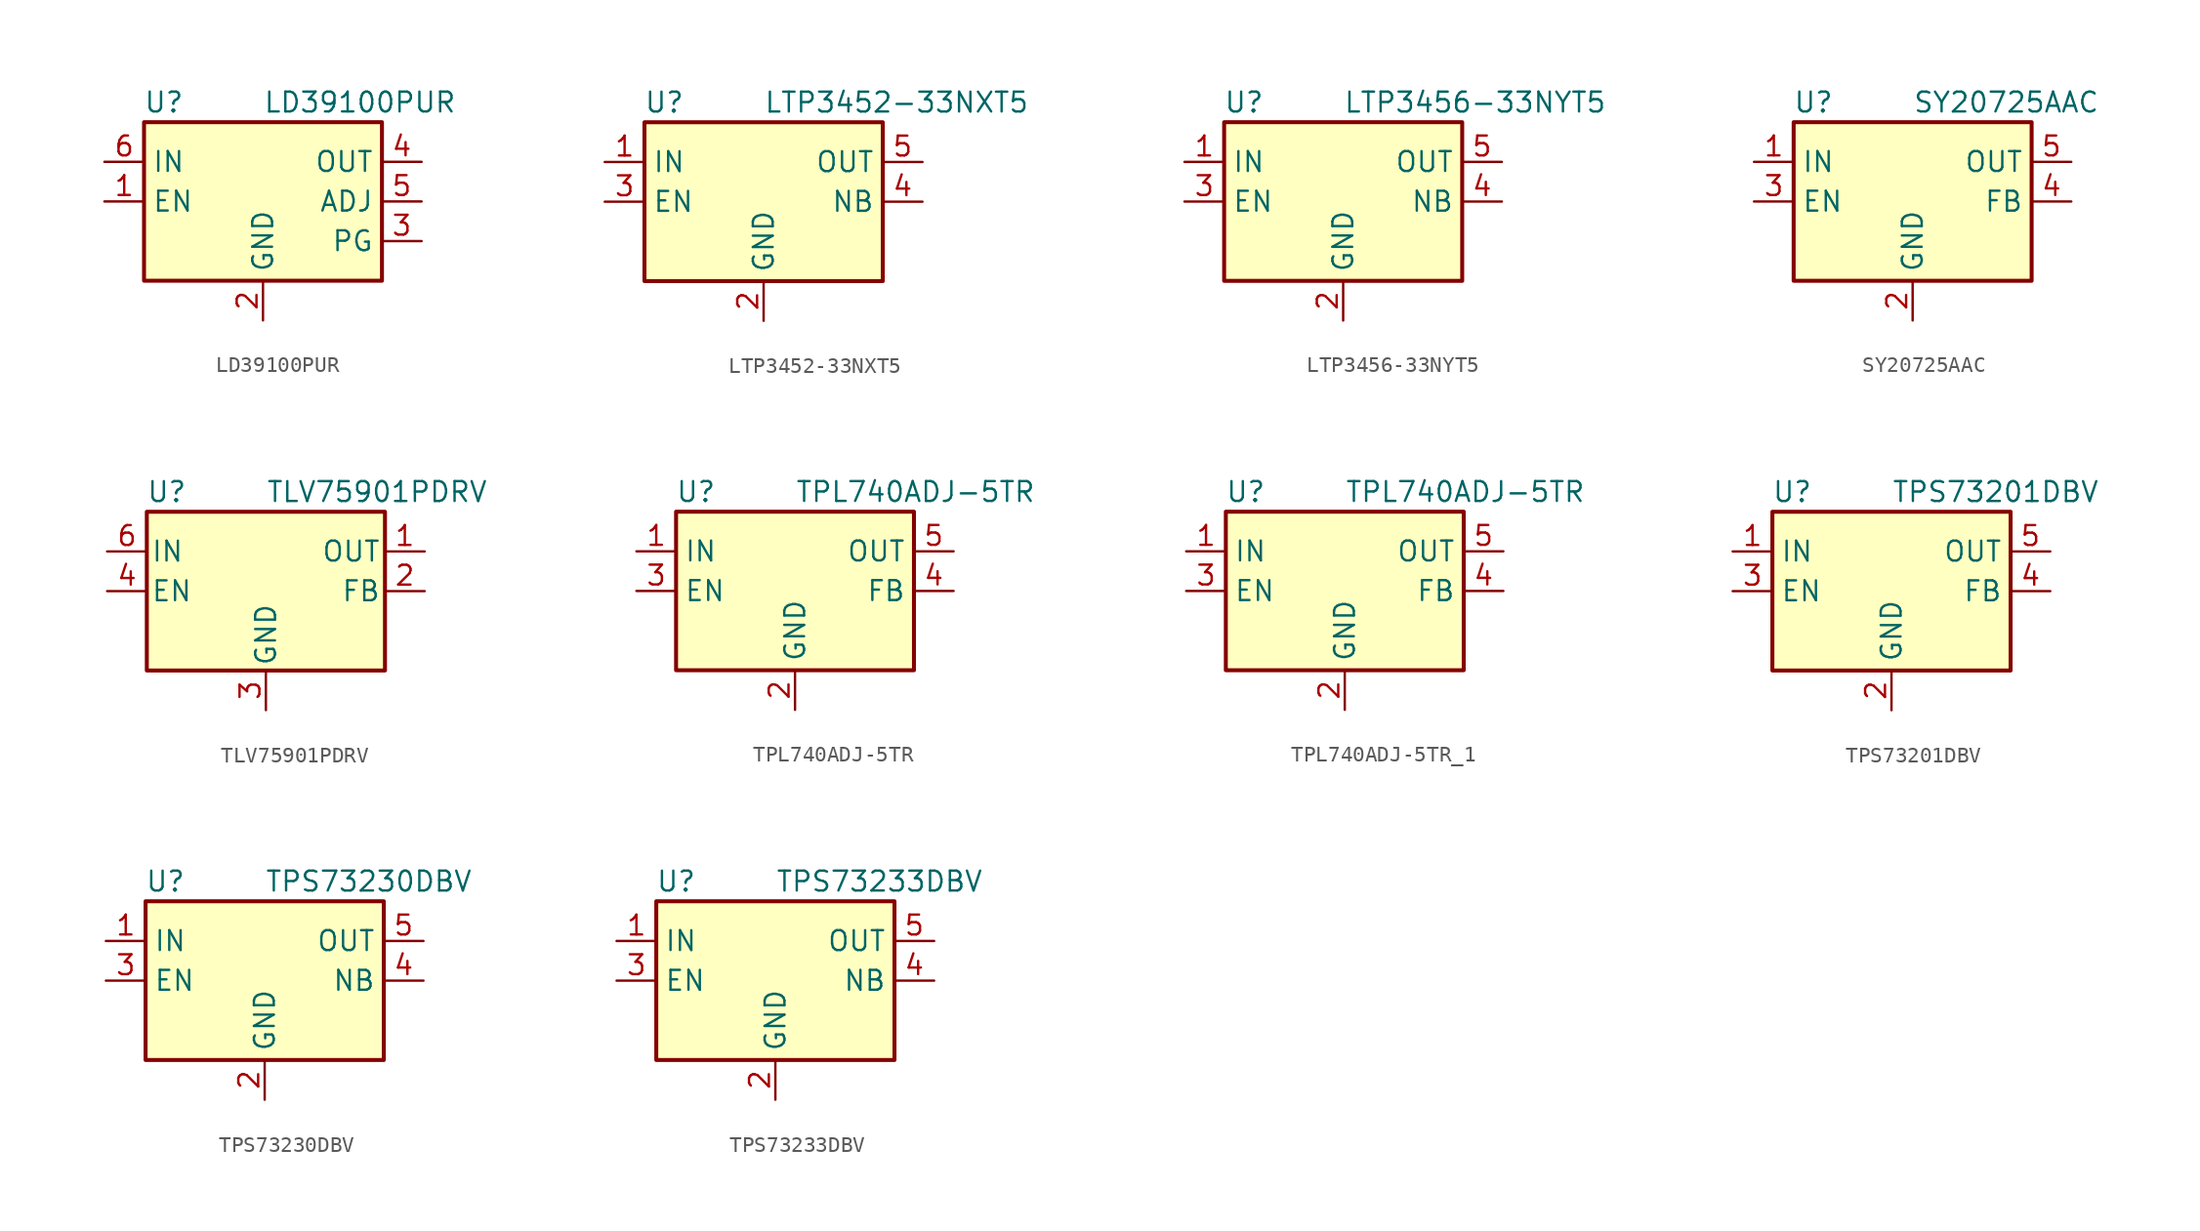
<source format=kicad_sym>
(kicad_symbol_lib
  (version 20220914)
  (generator kicad_symbol_editor)
  (symbol "LD39100PUR"
    (property "Reference" "U"
      (at -6.35 6.35 0)
      (effects (font (size 1.27 1.27))))
    (property "Value" "LD39100PUR"
      (at 0 6.35 0)
      (effects (font (size 1.27 1.27)) (justify left)))
    (symbol "LD39100PUR_0_1"
      (rectangle (start -7.62 -5.08) (end 7.62 5.08) (stroke (width 0.254) (type default)) (fill (type background))))
    (symbol "LD39100PUR_1_1"
      (pin input line (at -10.16 0 0) (length 2.54) (name "EN" (effects (font (size 1.27 1.27)))) (number "1" (effects (font (size 1.27 1.27)))))
      (pin power_in line (at 0 -7.62 90) (length 2.54) (name "GND" (effects (font (size 1.27 1.27)))) (number "2" (effects (font (size 1.27 1.27)))))
      (pin output line (at 10.16 -2.54 180) (length 2.54) (name "PG" (effects (font (size 1.27 1.27)))) (number "3" (effects (font (size 1.27 1.27)))))
      (pin power_out line (at 10.16 2.54 180) (length 2.54) (name "OUT" (effects (font (size 1.27 1.27)))) (number "4" (effects (font (size 1.27 1.27)))))
      (pin input line (at 10.16 0 180) (length 2.54) (name "ADJ" (effects (font (size 1.27 1.27)))) (number "5" (effects (font (size 1.27 1.27)))))
      (pin power_in line (at -10.16 2.54 0) (length 2.54) (name "IN" (effects (font (size 1.27 1.27)))) (number "6" (effects (font (size 1.27 1.27)))))
      (pin passive line (at 0 -7.62 90) (length 2.54) hide (name "PAD" (effects (font (size 1.27 1.27)))) (number "7" (effects (font (size 1.27 1.27)))))))
  (symbol "LTP3452-33NXT5"
    (property "Reference" "U"
      (at -6.35 6.35 0)
      (effects (font (size 1.27 1.27))))
    (property "Value" "LTP3452-33NXT5"
      (at 0 6.35 0)
      (effects (font (size 1.27 1.27)) (justify left)))
    (symbol "LTP3452-33NXT5_0_1"
      (rectangle (start -7.62 -5.08) (end 7.62 5.08) (stroke (width 0.254) (type default)) (fill (type background))))
    (symbol "LTP3452-33NXT5_1_1"
      (pin power_in line (at -10.16 2.54 0) (length 2.54) (name "IN" (effects (font (size 1.27 1.27)))) (number "1" (effects (font (size 1.27 1.27)))))
      (pin power_in line (at 0 -7.62 90) (length 2.54) (name "GND" (effects (font (size 1.27 1.27)))) (number "2" (effects (font (size 1.27 1.27)))))
      (pin input line (at -10.16 0 0) (length 2.54) (name "EN" (effects (font (size 1.27 1.27)))) (number "3" (effects (font (size 1.27 1.27)))))
      (pin input line (at 10.16 0 180) (length 2.54) (name "NB" (effects (font (size 1.27 1.27)))) (number "4" (effects (font (size 1.27 1.27)))))
      (pin power_out line (at 10.16 2.54 180) (length 2.54) (name "OUT" (effects (font (size 1.27 1.27)))) (number "5" (effects (font (size 1.27 1.27)))))))
  (symbol "LTP3456-33NYT5"
    (property "Reference" "U"
      (at -6.35 6.35 0)
      (effects (font (size 1.27 1.27))))
    (property "Value" "LTP3456-33NYT5"
      (at 0 6.35 0)
      (effects (font (size 1.27 1.27)) (justify left)))
    (symbol "LTP3456-33NYT5_0_1"
      (rectangle (start -7.62 -5.08) (end 7.62 5.08) (stroke (width 0.254) (type default)) (fill (type background))))
    (symbol "LTP3456-33NYT5_1_1"
      (pin power_in line (at -10.16 2.54 0) (length 2.54) (name "IN" (effects (font (size 1.27 1.27)))) (number "1" (effects (font (size 1.27 1.27)))))
      (pin power_in line (at 0 -7.62 90) (length 2.54) (name "GND" (effects (font (size 1.27 1.27)))) (number "2" (effects (font (size 1.27 1.27)))))
      (pin input line (at -10.16 0 0) (length 2.54) (name "EN" (effects (font (size 1.27 1.27)))) (number "3" (effects (font (size 1.27 1.27)))))
      (pin input line (at 10.16 0 180) (length 2.54) (name "NB" (effects (font (size 1.27 1.27)))) (number "4" (effects (font (size 1.27 1.27)))))
      (pin power_out line (at 10.16 2.54 180) (length 2.54) (name "OUT" (effects (font (size 1.27 1.27)))) (number "5" (effects (font (size 1.27 1.27)))))))
  (symbol "SY20725AAC"
    (property "Reference" "U"
      (at -6.35 6.35 0)
      (effects (font (size 1.27 1.27))))
    (property "Value" "SY20725AAC"
      (at 0 6.35 0)
      (effects (font (size 1.27 1.27)) (justify left)))
    (symbol "SY20725AAC_0_1"
      (rectangle (start -7.62 -5.08) (end 7.62 5.08) (stroke (width 0.254) (type default)) (fill (type background))))
    (symbol "SY20725AAC_1_1"
      (pin power_in line (at -10.16 2.54 0) (length 2.54) (name "IN" (effects (font (size 1.27 1.27)))) (number "1" (effects (font (size 1.27 1.27)))))
      (pin power_in line (at 0 -7.62 90) (length 2.54) (name "GND" (effects (font (size 1.27 1.27)))) (number "2" (effects (font (size 1.27 1.27)))))
      (pin input line (at -10.16 0 0) (length 2.54) (name "EN" (effects (font (size 1.27 1.27)))) (number "3" (effects (font (size 1.27 1.27)))))
      (pin input line (at 10.16 0 180) (length 2.54) (name "FB" (effects (font (size 1.27 1.27)))) (number "4" (effects (font (size 1.27 1.27)))))
      (pin power_out line (at 10.16 2.54 180) (length 2.54) (name "OUT" (effects (font (size 1.27 1.27)))) (number "5" (effects (font (size 1.27 1.27)))))))
  (symbol "TLV75901PDRV"
    (pin_names
      (offset 0.254))
    (property "Reference" "U"
      (at -6.35 6.35 0)
      (effects (font (size 1.27 1.27))))
    (property "Value" "TLV75901PDRV"
      (at 0 6.35 0)
      (effects (font (size 1.27 1.27)) (justify left)))
    (symbol "TLV75901PDRV_0_1"
      (rectangle (start -7.62 5.08) (end 7.62 -5.08) (stroke (width 0.254) (type default)) (fill (type background))))
    (symbol "TLV75901PDRV_1_1"
      (pin power_out line (at 10.16 2.54 180) (length 2.54) (name "OUT" (effects (font (size 1.27 1.27)))) (number "1" (effects (font (size 1.27 1.27)))))
      (pin passive line (at 10.16 0 180) (length 2.54) (name "FB" (effects (font (size 1.27 1.27)))) (number "2" (effects (font (size 1.27 1.27)))))
      (pin power_in line (at 0 -7.62 90) (length 2.54) (name "GND" (effects (font (size 1.27 1.27)))) (number "3" (effects (font (size 1.27 1.27)))))
      (pin input line (at -10.16 0 0) (length 2.54) (name "EN" (effects (font (size 1.27 1.27)))) (number "4" (effects (font (size 1.27 1.27)))))
      (pin no_connect line (at 7.62 -2.54 180) (length 2.54) hide (name "NC" (effects (font (size 1.27 1.27)))) (number "5" (effects (font (size 1.27 1.27)))))
      (pin power_in line (at -10.16 2.54 0) (length 2.54) (name "IN" (effects (font (size 1.27 1.27)))) (number "6" (effects (font (size 1.27 1.27)))))
      (pin passive line (at 0 -7.62 90) (length 2.54) hide (name "GND" (effects (font (size 1.27 1.27)))) (number "7" (effects (font (size 1.27 1.27)))))))
  (symbol "TPL740ADJ-5TR"
    (property "Reference" "U"
      (at -6.35 6.35 0)
      (effects (font (size 1.27 1.27))))
    (property "Value" "TPL740ADJ-5TR"
      (at 0 6.35 0)
      (effects (font (size 1.27 1.27)) (justify left)))
    (symbol "TPL740ADJ-5TR_0_1"
      (rectangle (start -7.62 -5.08) (end 7.62 5.08) (stroke (width 0.254) (type default)) (fill (type background))))
    (symbol "TPL740ADJ-5TR_1_1"
      (pin power_in line (at -10.16 2.54 0) (length 2.54) (name "IN" (effects (font (size 1.27 1.27)))) (number "1" (effects (font (size 1.27 1.27)))))
      (pin power_in line (at 0 -7.62 90) (length 2.54) (name "GND" (effects (font (size 1.27 1.27)))) (number "2" (effects (font (size 1.27 1.27)))))
      (pin input line (at -10.16 0 0) (length 2.54) (name "EN" (effects (font (size 1.27 1.27)))) (number "3" (effects (font (size 1.27 1.27)))))
      (pin input line (at 10.16 0 180) (length 2.54) (name "FB" (effects (font (size 1.27 1.27)))) (number "4" (effects (font (size 1.27 1.27)))))
      (pin power_out line (at 10.16 2.54 180) (length 2.54) (name "OUT" (effects (font (size 1.27 1.27)))) (number "5" (effects (font (size 1.27 1.27)))))))
  (symbol "TPL740ADJ-5TR_1"
    (property "Reference" "U"
      (at -6.35 6.35 0)
      (effects (font (size 1.27 1.27))))
    (property "Value" "TPL740ADJ-5TR"
      (at 0 6.35 0)
      (effects (font (size 1.27 1.27)) (justify left)))
    (symbol "TPL740ADJ-5TR_1_0_1"
      (rectangle (start -7.62 -5.08) (end 7.62 5.08) (stroke (width 0.254) (type default)) (fill (type background))))
    (symbol "TPL740ADJ-5TR_1_1_1"
      (pin power_in line (at -10.16 2.54 0) (length 2.54) (name "IN" (effects (font (size 1.27 1.27)))) (number "1" (effects (font (size 1.27 1.27)))))
      (pin power_in line (at 0 -7.62 90) (length 2.54) (name "GND" (effects (font (size 1.27 1.27)))) (number "2" (effects (font (size 1.27 1.27)))))
      (pin input line (at -10.16 0 0) (length 2.54) (name "EN" (effects (font (size 1.27 1.27)))) (number "3" (effects (font (size 1.27 1.27)))))
      (pin input line (at 10.16 0 180) (length 2.54) (name "FB" (effects (font (size 1.27 1.27)))) (number "4" (effects (font (size 1.27 1.27)))))
      (pin power_out line (at 10.16 2.54 180) (length 2.54) (name "OUT" (effects (font (size 1.27 1.27)))) (number "5" (effects (font (size 1.27 1.27)))))))
  (symbol "TPS73201DBV"
    (property "Reference" "U"
      (at -6.35 6.35 0)
      (effects (font (size 1.27 1.27))))
    (property "Value" "TPS73201DBV"
      (at 0 6.35 0)
      (effects (font (size 1.27 1.27)) (justify left)))
    (symbol "TPS73201DBV_0_1"
      (rectangle (start -7.62 -5.08) (end 7.62 5.08) (stroke (width 0.254) (type default)) (fill (type background))))
    (symbol "TPS73201DBV_1_1"
      (pin power_in line (at -10.16 2.54 0) (length 2.54) (name "IN" (effects (font (size 1.27 1.27)))) (number "1" (effects (font (size 1.27 1.27)))))
      (pin power_in line (at 0 -7.62 90) (length 2.54) (name "GND" (effects (font (size 1.27 1.27)))) (number "2" (effects (font (size 1.27 1.27)))))
      (pin input line (at -10.16 0 0) (length 2.54) (name "EN" (effects (font (size 1.27 1.27)))) (number "3" (effects (font (size 1.27 1.27)))))
      (pin input line (at 10.16 0 180) (length 2.54) (name "FB" (effects (font (size 1.27 1.27)))) (number "4" (effects (font (size 1.27 1.27)))))
      (pin power_out line (at 10.16 2.54 180) (length 2.54) (name "OUT" (effects (font (size 1.27 1.27)))) (number "5" (effects (font (size 1.27 1.27)))))))
  (symbol "TPS73230DBV"
    (property "Reference" "U"
      (at -6.35 6.35 0)
      (effects (font (size 1.27 1.27))))
    (property "Value" "TPS73230DBV"
      (at 0 6.35 0)
      (effects (font (size 1.27 1.27)) (justify left)))
    (symbol "TPS73230DBV_0_1"
      (rectangle (start -7.62 -5.08) (end 7.62 5.08) (stroke (width 0.254) (type default)) (fill (type background))))
    (symbol "TPS73230DBV_1_1"
      (pin power_in line (at -10.16 2.54 0) (length 2.54) (name "IN" (effects (font (size 1.27 1.27)))) (number "1" (effects (font (size 1.27 1.27)))))
      (pin power_in line (at 0 -7.62 90) (length 2.54) (name "GND" (effects (font (size 1.27 1.27)))) (number "2" (effects (font (size 1.27 1.27)))))
      (pin input line (at -10.16 0 0) (length 2.54) (name "EN" (effects (font (size 1.27 1.27)))) (number "3" (effects (font (size 1.27 1.27)))))
      (pin input line (at 10.16 0 180) (length 2.54) (name "NB" (effects (font (size 1.27 1.27)))) (number "4" (effects (font (size 1.27 1.27)))))
      (pin power_out line (at 10.16 2.54 180) (length 2.54) (name "OUT" (effects (font (size 1.27 1.27)))) (number "5" (effects (font (size 1.27 1.27)))))))
  (symbol "TPS73233DBV"
    (property "Reference" "U"
      (at -6.35 6.35 0)
      (effects (font (size 1.27 1.27))))
    (property "Value" "TPS73233DBV"
      (at 0 6.35 0)
      (effects (font (size 1.27 1.27)) (justify left)))
    (symbol "TPS73233DBV_0_1"
      (rectangle (start -7.62 -5.08) (end 7.62 5.08) (stroke (width 0.254) (type default)) (fill (type background))))
    (symbol "TPS73233DBV_1_1"
      (pin power_in line (at -10.16 2.54 0) (length 2.54) (name "IN" (effects (font (size 1.27 1.27)))) (number "1" (effects (font (size 1.27 1.27)))))
      (pin power_in line (at 0 -7.62 90) (length 2.54) (name "GND" (effects (font (size 1.27 1.27)))) (number "2" (effects (font (size 1.27 1.27)))))
      (pin input line (at -10.16 0 0) (length 2.54) (name "EN" (effects (font (size 1.27 1.27)))) (number "3" (effects (font (size 1.27 1.27)))))
      (pin input line (at 10.16 0 180) (length 2.54) (name "NB" (effects (font (size 1.27 1.27)))) (number "4" (effects (font (size 1.27 1.27)))))
      (pin power_out line (at 10.16 2.54 180) (length 2.54) (name "OUT" (effects (font (size 1.27 1.27)))) (number "5" (effects (font (size 1.27 1.27))))))))
</source>
